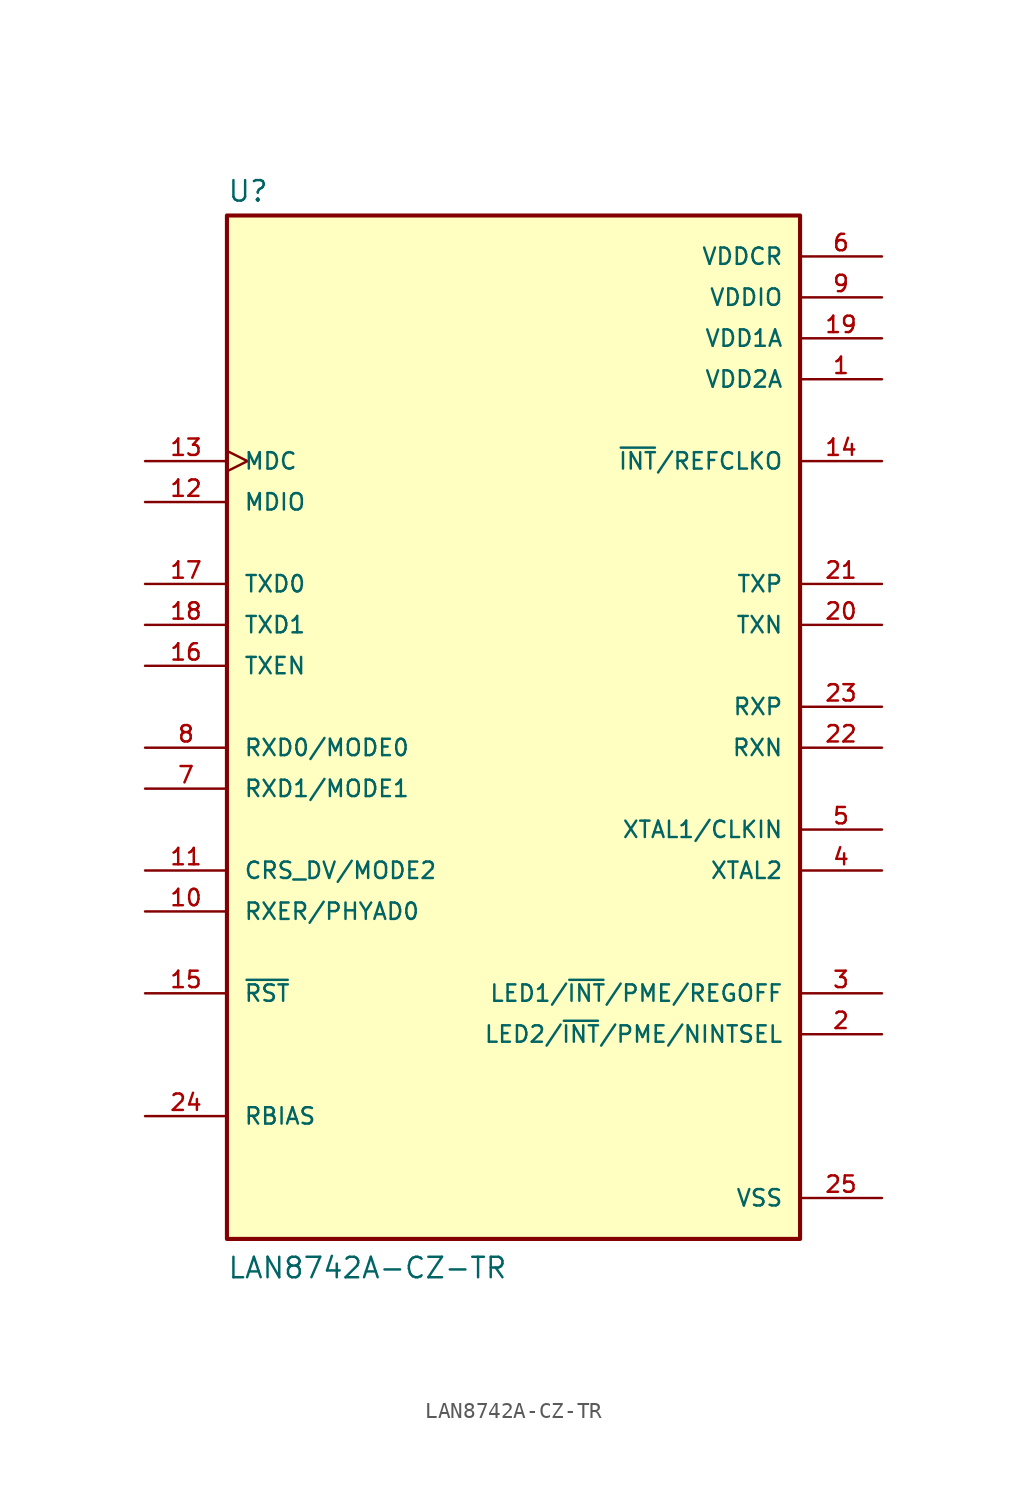
<source format=kicad_sym>
(kicad_symbol_lib
  (version 20211014)
  (generator kicad_symbol_editor)
  (symbol "LAN8742A-CZ-TR"
    (pin_names
      (offset 1.016))
    (property "Reference" "U"
      (at -17.78 33.782 0)
      (effects (font (size 1.27 1.27)) (justify bottom left)))
    (property "Value" "LAN8742A-CZ-TR"
      (at -17.78 -33.02 0)
      (effects (font (size 1.27 1.27)) (justify bottom left)))
    (symbol "LAN8742A-CZ-TR_0_0"
      (rectangle (start -17.78 -30.48) (end 17.78 33.02) (stroke (width 0.254)) (fill (type background)))
      (pin power_in line (at 22.86 22.86 180.0) (length 5.08) (name "VDD2A" (effects (font (size 1.016 1.016)))) (number "1" (effects (font (size 1.016 1.016)))))
      (pin passive line (at 22.86 -17.78 180.0) (length 5.08) (name "LED2/~{INT}/PME/NINTSEL" (effects (font (size 1.016 1.016)))) (number "2" (effects (font (size 1.016 1.016)))))
      (pin output line (at 22.86 -7.62 180.0) (length 5.08) (name "XTAL2" (effects (font (size 1.016 1.016)))) (number "4" (effects (font (size 1.016 1.016)))))
      (pin passive line (at 22.86 -15.24 180.0) (length 5.08) (name "LED1/~{INT}/PME/REGOFF" (effects (font (size 1.016 1.016)))) (number "3" (effects (font (size 1.016 1.016)))))
      (pin input line (at 22.86 -5.08 180.0) (length 5.08) (name "XTAL1/CLKIN" (effects (font (size 1.016 1.016)))) (number "5" (effects (font (size 1.016 1.016)))))
      (pin power_in line (at 22.86 30.48 180.0) (length 5.08) (name "VDDCR" (effects (font (size 1.016 1.016)))) (number "6" (effects (font (size 1.016 1.016)))))
      (pin bidirectional line (at -22.86 -2.54 0) (length 5.08) (name "RXD1/MODE1" (effects (font (size 1.016 1.016)))) (number "7" (effects (font (size 1.016 1.016)))))
      (pin bidirectional line (at -22.86 0.0 0) (length 5.08) (name "RXD0/MODE0" (effects (font (size 1.016 1.016)))) (number "8" (effects (font (size 1.016 1.016)))))
      (pin power_in line (at 22.86 27.94 180.0) (length 5.08) (name "VDDIO" (effects (font (size 1.016 1.016)))) (number "9" (effects (font (size 1.016 1.016)))))
      (pin bidirectional line (at -22.86 -7.62 0) (length 5.08) (name "CRS_DV/MODE2" (effects (font (size 1.016 1.016)))) (number "11" (effects (font (size 1.016 1.016)))))
      (pin bidirectional line (at -22.86 -10.16 0) (length 5.08) (name "RXER/PHYAD0" (effects (font (size 1.016 1.016)))) (number "10" (effects (font (size 1.016 1.016)))))
      (pin bidirectional line (at -22.86 15.24 0) (length 5.08) (name "MDIO" (effects (font (size 1.016 1.016)))) (number "12" (effects (font (size 1.016 1.016)))))
      (pin input clock (at -22.86 17.78 0) (length 5.08) (name "MDC" (effects (font (size 1.016 1.016)))) (number "13" (effects (font (size 1.016 1.016)))))
      (pin input line (at -22.86 -15.24 0) (length 5.08) (name "~{RST}" (effects (font (size 1.016 1.016)))) (number "15" (effects (font (size 1.016 1.016)))))
      (pin output line (at 22.86 17.78 180.0) (length 5.08) (name "~{INT}/REFCLKO" (effects (font (size 1.016 1.016)))) (number "14" (effects (font (size 1.016 1.016)))))
      (pin bidirectional line (at -22.86 5.08 0) (length 5.08) (name "TXEN" (effects (font (size 1.016 1.016)))) (number "16" (effects (font (size 1.016 1.016)))))
      (pin bidirectional line (at -22.86 10.16 0) (length 5.08) (name "TXD0" (effects (font (size 1.016 1.016)))) (number "17" (effects (font (size 1.016 1.016)))))
      (pin bidirectional line (at -22.86 7.62 0) (length 5.08) (name "TXD1" (effects (font (size 1.016 1.016)))) (number "18" (effects (font (size 1.016 1.016)))))
      (pin power_in line (at 22.86 25.4 180.0) (length 5.08) (name "VDD1A" (effects (font (size 1.016 1.016)))) (number "19" (effects (font (size 1.016 1.016)))))
      (pin bidirectional line (at 22.86 7.62 180.0) (length 5.08) (name "TXN" (effects (font (size 1.016 1.016)))) (number "20" (effects (font (size 1.016 1.016)))))
      (pin bidirectional line (at 22.86 10.16 180.0) (length 5.08) (name "TXP" (effects (font (size 1.016 1.016)))) (number "21" (effects (font (size 1.016 1.016)))))
      (pin bidirectional line (at 22.86 0.0 180.0) (length 5.08) (name "RXN" (effects (font (size 1.016 1.016)))) (number "22" (effects (font (size 1.016 1.016)))))
      (pin bidirectional line (at 22.86 2.54 180.0) (length 5.08) (name "RXP" (effects (font (size 1.016 1.016)))) (number "23" (effects (font (size 1.016 1.016)))))
      (pin input line (at -22.86 -22.86 0) (length 5.08) (name "RBIAS" (effects (font (size 1.016 1.016)))) (number "24" (effects (font (size 1.016 1.016)))))
      (pin power_in line (at 22.86 -27.94 180.0) (length 5.08) (name "VSS" (effects (font (size 1.016 1.016)))) (number "25" (effects (font (size 1.016 1.016))))))))
</source>
